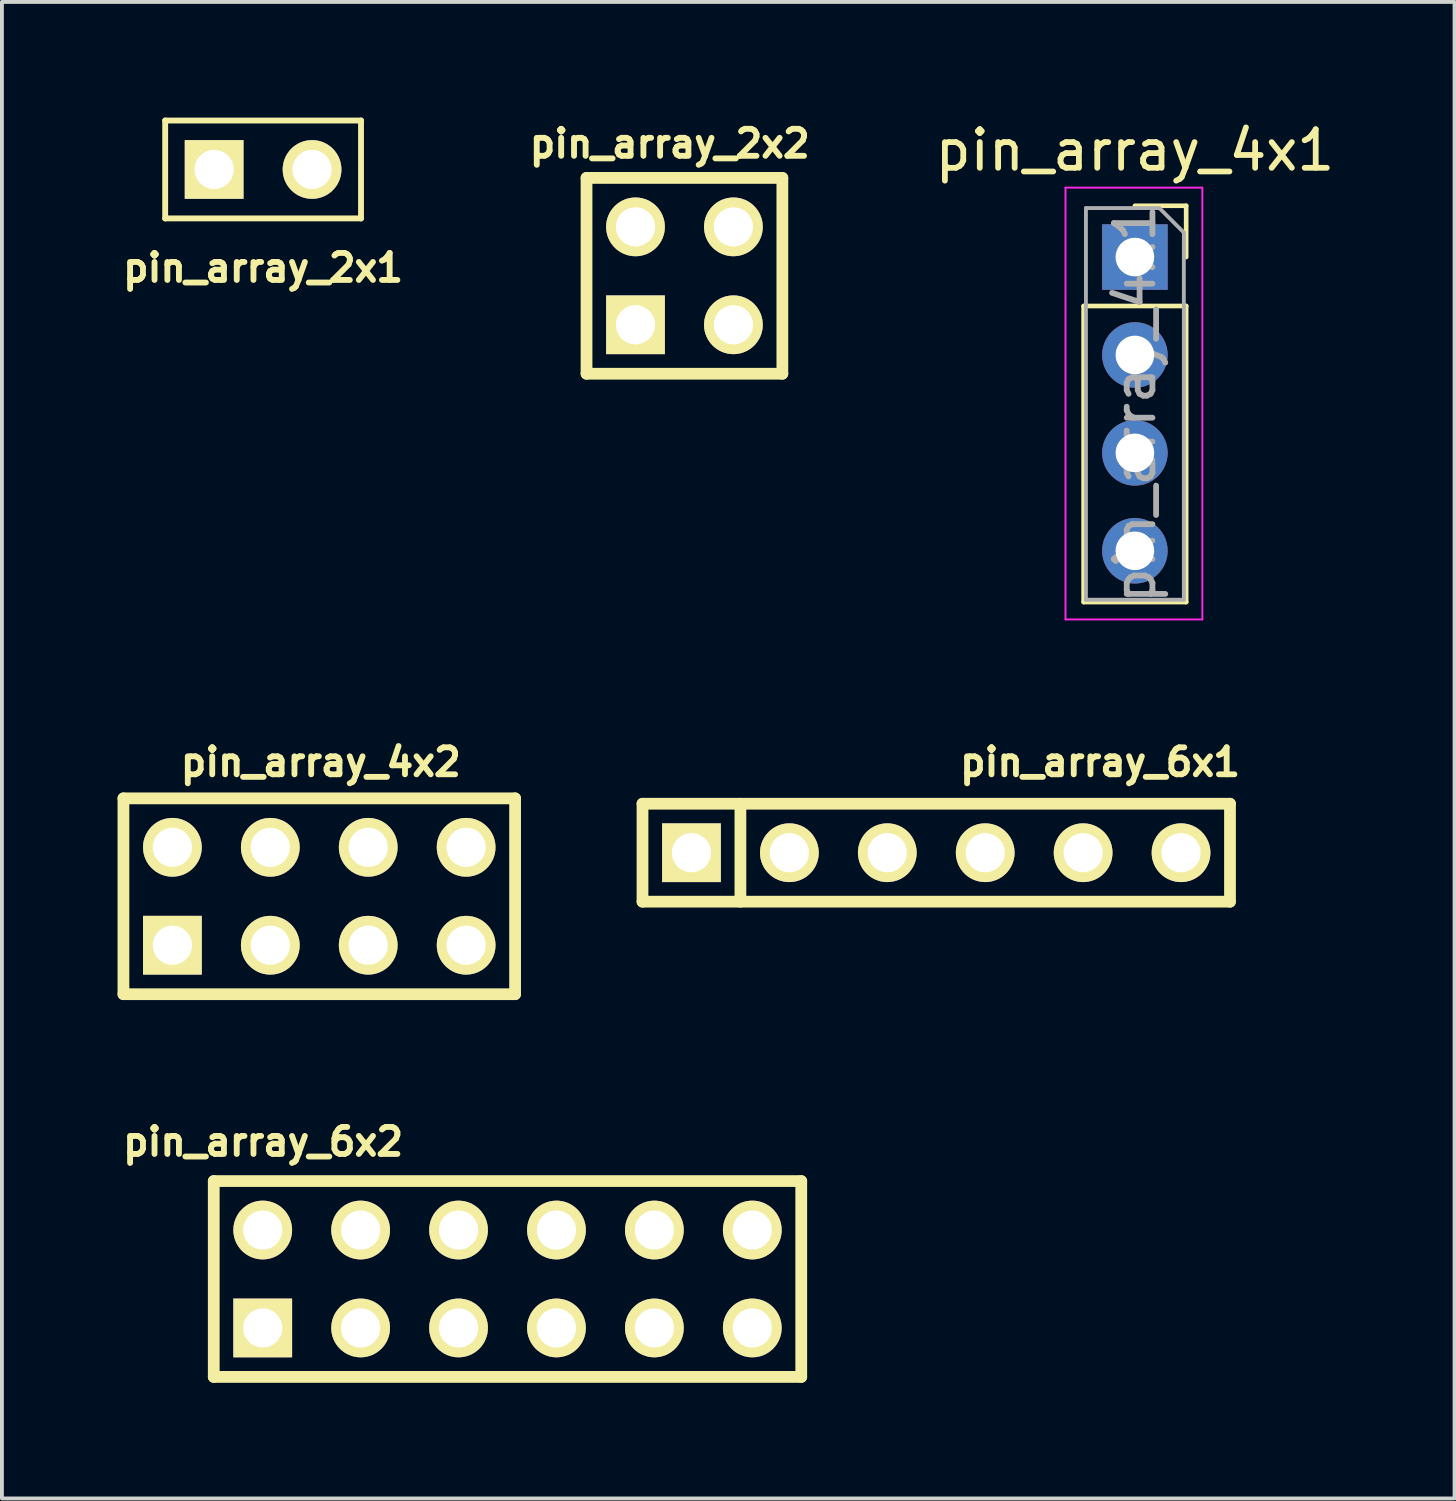
<source format=kicad_pcb>
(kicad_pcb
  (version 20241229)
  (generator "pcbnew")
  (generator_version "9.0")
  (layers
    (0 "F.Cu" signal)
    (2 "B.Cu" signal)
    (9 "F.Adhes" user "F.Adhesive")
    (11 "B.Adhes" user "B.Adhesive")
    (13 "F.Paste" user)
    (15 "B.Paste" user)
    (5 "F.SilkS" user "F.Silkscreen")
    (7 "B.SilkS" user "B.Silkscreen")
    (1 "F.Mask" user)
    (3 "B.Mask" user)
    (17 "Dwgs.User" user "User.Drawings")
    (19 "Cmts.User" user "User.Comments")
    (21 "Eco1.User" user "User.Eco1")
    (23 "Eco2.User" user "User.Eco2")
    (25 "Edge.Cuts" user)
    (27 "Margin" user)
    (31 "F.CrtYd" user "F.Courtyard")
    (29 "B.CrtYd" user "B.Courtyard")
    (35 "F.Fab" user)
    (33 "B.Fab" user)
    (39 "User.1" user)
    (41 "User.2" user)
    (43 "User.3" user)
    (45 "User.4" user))
  (footprint "pin_array_2x2"
    (layer "F.Cu")
    (at 14.705 4.105)
    (property "Reference" "pin_array_2x2" (at -0.381 -3.429 0) (layer "F.SilkS") (effects (font (size 0.7 0.7) (thickness 0.152))))
    (attr through_hole)
    (fp_line (start -2.54 -2.54) (end 2.54 -2.54) (stroke (width 0.305) (type solid)) (layer "F.SilkS"))
    (fp_line (start -2.54 2.54) (end -2.54 -2.54) (stroke (width 0.305) (type solid)) (layer "F.SilkS"))
    (fp_line (start 2.54 -2.54) (end 2.54 2.54) (stroke (width 0.305) (type solid)) (layer "F.SilkS"))
    (fp_line (start 2.54 2.54) (end -2.54 2.54) (stroke (width 0.305) (type solid)) (layer "F.SilkS"))
    (pad "1" thru_hole rect (at -1.27 1.27) (size 1.524 1.524) (drill 1.016) (layers "*.Cu" "*.Mask" "F.SilkS"))
    (pad "2" thru_hole circle (at -1.27 -1.27) (size 1.524 1.524) (drill 1.016) (layers "*.Cu" "*.Mask" "F.SilkS"))
    (pad "3" thru_hole circle (at 1.27 1.27) (size 1.524 1.524) (drill 1.016) (layers "*.Cu" "*.Mask" "F.SilkS"))
    (pad "4" thru_hole circle (at 1.27 -1.27) (size 1.524 1.524) (drill 1.016) (layers "*.Cu" "*.Mask" "F.SilkS")))
  (footprint "pin_array_4x1"
    (layer "F.Cu")
    (at 26.39 3.618)
    (property "Reference" "pin_array_4x1" (at 0 -2.77 0) (layer "F.SilkS") (effects (font (size 1 1) (thickness 0.15))))
    (attr through_hole)
    (fp_line (start -1.33 1.27) (end -1.33 8.95) (stroke (width 0.12) (type solid)) (layer "F.SilkS"))
    (fp_line (start -1.33 1.27) (end 1.33 1.27) (stroke (width 0.12) (type solid)) (layer "F.SilkS"))
    (fp_line (start -1.33 8.95) (end 1.33 8.95) (stroke (width 0.12) (type solid)) (layer "F.SilkS"))
    (fp_line (start 0 -1.33) (end 1.33 -1.33) (stroke (width 0.12) (type solid)) (layer "F.SilkS"))
    (fp_line (start 1.33 -1.33) (end 1.33 0) (stroke (width 0.12) (type solid)) (layer "F.SilkS"))
    (fp_line (start 1.33 1.27) (end 1.33 8.95) (stroke (width 0.12) (type solid)) (layer "F.SilkS"))
    (fp_line (start -1.8 -1.8) (end 1.75 -1.8) (stroke (width 0.05) (type solid)) (layer "F.CrtYd"))
    (fp_line (start -1.8 9.4) (end -1.8 -1.8) (stroke (width 0.05) (type solid)) (layer "F.CrtYd"))
    (fp_line (start 1.75 -1.8) (end 1.75 9.4) (stroke (width 0.05) (type solid)) (layer "F.CrtYd"))
    (fp_line (start 1.75 9.4) (end -1.8 9.4) (stroke (width 0.05) (type solid)) (layer "F.CrtYd"))
    (fp_line (start -1.27 -1.27) (end 0.635 -1.27) (stroke (width 0.1) (type solid)) (layer "F.Fab"))
    (fp_line (start -1.27 8.89) (end -1.27 -1.27) (stroke (width 0.1) (type solid)) (layer "F.Fab"))
    (fp_line (start 0.635 -1.27) (end 1.27 -0.635) (stroke (width 0.1) (type solid)) (layer "F.Fab"))
    (fp_line (start 1.27 -0.635) (end 1.27 8.89) (stroke (width 0.1) (type solid)) (layer "F.Fab"))
    (fp_line (start 1.27 8.89) (end -1.27 8.89) (stroke (width 0.1) (type solid)) (layer "F.Fab"))
    (fp_text user "${REFERENCE}" (at 0 3.81 90) (layer "F.Fab") (effects (font (size 1 1) (thickness 0.15))))
    (pad "1" thru_hole rect (at 0 0) (size 1.7 1.7) (drill 1) (layers "*.Cu" "*.Mask"))
    (pad "2" thru_hole oval (at 0 2.54) (size 1.7 1.7) (drill 1) (layers "*.Cu" "*.Mask"))
    (pad "3" thru_hole oval (at 0 5.08) (size 1.7 1.7) (drill 1) (layers "*.Cu" "*.Mask"))
    (pad "4" thru_hole oval (at 0 7.62) (size 1.7 1.7) (drill 1) (layers "*.Cu" "*.Mask")))
  (footprint "pin_array_2x1"
    (layer "F.Cu")
    (at 3.775 1.346)
    (property "Reference" "pin_array_2x1" (at 0 2.55 0) (layer "F.SilkS") (effects (font (size 0.7 0.7) (thickness 0.152))))
    (attr through_hole)
    (fp_line (start -2.54 -1.27) (end 2.54 -1.27) (stroke (width 0.152) (type solid)) (layer "F.SilkS"))
    (fp_line (start -2.54 1.27) (end -2.54 -1.27) (stroke (width 0.152) (type solid)) (layer "F.SilkS"))
    (fp_line (start 2.54 -1.27) (end 2.54 1.27) (stroke (width 0.152) (type solid)) (layer "F.SilkS"))
    (fp_line (start 2.54 1.27) (end -2.54 1.27) (stroke (width 0.152) (type solid)) (layer "F.SilkS"))
    (pad "1" thru_hole rect (at -1.27 0) (size 1.524 1.524) (drill 1.016) (layers "*.Cu" "*.Mask" "F.SilkS"))
    (pad "2" thru_hole circle (at 1.27 0) (size 1.524 1.524) (drill 1.016) (layers "*.Cu" "*.Mask" "F.SilkS")))
  (footprint "pin_array_6x2"
    (layer "F.Cu")
    (at 10.115 30.128)
    (property "Reference" "pin_array_6x2" (at -6.34 -3.56 0) (layer "F.SilkS") (effects (font (size 0.7 0.7) (thickness 0.152))))
    (attr through_hole)
    (fp_line (start -7.62 -2.54) (end 7.62 -2.54) (stroke (width 0.305) (type solid)) (layer "F.SilkS"))
    (fp_line (start -7.62 2.54) (end -7.62 -2.54) (stroke (width 0.305) (type solid)) (layer "F.SilkS"))
    (fp_line (start 7.62 -2.54) (end 7.62 2.54) (stroke (width 0.305) (type solid)) (layer "F.SilkS"))
    (fp_line (start 7.62 2.54) (end -7.62 2.54) (stroke (width 0.305) (type solid)) (layer "F.SilkS"))
    (pad "1" thru_hole rect (at -6.35 1.27) (size 1.524 1.524) (drill 1.016) (layers "*.Cu" "*.Mask" "F.SilkS"))
    (pad "2" thru_hole circle (at -6.35 -1.27) (size 1.524 1.524) (drill 1.016) (layers "*.Cu" "*.Mask" "F.SilkS"))
    (pad "3" thru_hole circle (at -3.81 1.27) (size 1.524 1.524) (drill 1.016) (layers "*.Cu" "*.Mask" "F.SilkS"))
    (pad "4" thru_hole circle (at -3.81 -1.27) (size 1.524 1.524) (drill 1.016) (layers "*.Cu" "*.Mask" "F.SilkS"))
    (pad "5" thru_hole circle (at -1.27 1.27) (size 1.524 1.524) (drill 1.016) (layers "*.Cu" "*.Mask" "F.SilkS"))
    (pad "6" thru_hole circle (at -1.27 -1.27) (size 1.524 1.524) (drill 1.016) (layers "*.Cu" "*.Mask" "F.SilkS"))
    (pad "7" thru_hole circle (at 1.27 1.27) (size 1.524 1.524) (drill 1.016) (layers "*.Cu" "*.Mask" "F.SilkS"))
    (pad "8" thru_hole circle (at 1.27 -1.27) (size 1.524 1.524) (drill 1.016) (layers "*.Cu" "*.Mask" "F.SilkS"))
    (pad "9" thru_hole circle (at 3.81 1.27) (size 1.524 1.524) (drill 1.016) (layers "*.Cu" "*.Mask" "F.SilkS"))
    (pad "10" thru_hole circle (at 3.81 -1.27) (size 1.524 1.524) (drill 1.016) (layers "*.Cu" "*.Mask" "F.SilkS"))
    (pad "11" thru_hole circle (at 6.35 1.27) (size 1.524 1.524) (drill 1.016) (layers "*.Cu" "*.Mask" "F.SilkS"))
    (pad "12" thru_hole circle (at 6.35 -1.27) (size 1.524 1.524) (drill 1.016) (layers "*.Cu" "*.Mask" "F.SilkS")))
  (footprint "pin_array_6x1"
    (layer "F.Cu")
    (at 21.237 19.07)
    (property "Reference" "pin_array_6x1" (at 4.25 -2.35 0) (layer "F.SilkS") (effects (font (size 0.7 0.7) (thickness 0.152))))
    (attr through_hole)
    (fp_line (start -7.62 -1.27) (end 7.62 -1.27) (stroke (width 0.305) (type solid)) (layer "F.SilkS"))
    (fp_line (start -7.62 1.27) (end -7.62 -1.27) (stroke (width 0.305) (type solid)) (layer "F.SilkS"))
    (fp_line (start -5.08 1.27) (end -5.08 -1.27) (stroke (width 0.305) (type solid)) (layer "F.SilkS"))
    (fp_line (start 7.62 -1.27) (end 7.62 1.27) (stroke (width 0.305) (type solid)) (layer "F.SilkS"))
    (fp_line (start 7.62 1.27) (end -7.62 1.27) (stroke (width 0.305) (type solid)) (layer "F.SilkS"))
    (pad "1" thru_hole rect (at -6.35 0) (size 1.524 1.524) (drill 1.016) (layers "*.Cu" "*.Mask" "F.SilkS"))
    (pad "2" thru_hole circle (at -3.81 0) (size 1.524 1.524) (drill 1.016) (layers "*.Cu" "*.Mask" "F.SilkS"))
    (pad "3" thru_hole circle (at -1.27 0) (size 1.524 1.524) (drill 1.016) (layers "*.Cu" "*.Mask" "F.SilkS"))
    (pad "4" thru_hole circle (at 1.27 0) (size 1.524 1.524) (drill 1.016) (layers "*.Cu" "*.Mask" "F.SilkS"))
    (pad "5" thru_hole circle (at 3.81 0) (size 1.524 1.524) (drill 1.016) (layers "*.Cu" "*.Mask" "F.SilkS"))
    (pad "6" thru_hole circle (at 6.35 0) (size 1.524 1.524) (drill 1.016) (layers "*.Cu" "*.Mask" "F.SilkS")))
  (footprint "pin_array_4x2"
    (layer "F.Cu")
    (at 5.232 20.2)
    (property "Reference" "pin_array_4x2" (at 0.04 -3.48 0) (layer "F.SilkS") (effects (font (size 0.7 0.7) (thickness 0.152))))
    (attr through_hole)
    (fp_line (start -5.08 -2.54) (end 5.08 -2.54) (stroke (width 0.305) (type solid)) (layer "F.SilkS"))
    (fp_line (start -5.08 2.54) (end -5.08 -2.54) (stroke (width 0.305) (type solid)) (layer "F.SilkS"))
    (fp_line (start 5.08 -2.54) (end 5.08 2.54) (stroke (width 0.305) (type solid)) (layer "F.SilkS"))
    (fp_line (start 5.08 2.54) (end -5.08 2.54) (stroke (width 0.305) (type solid)) (layer "F.SilkS"))
    (pad "1" thru_hole rect (at -3.81 1.27) (size 1.524 1.524) (drill 1.016) (layers "*.Cu" "*.Mask" "F.SilkS"))
    (pad "2" thru_hole circle (at -3.81 -1.27) (size 1.524 1.524) (drill 1.016) (layers "*.Cu" "*.Mask" "F.SilkS"))
    (pad "3" thru_hole circle (at -1.27 1.27) (size 1.524 1.524) (drill 1.016) (layers "*.Cu" "*.Mask" "F.SilkS"))
    (pad "4" thru_hole circle (at -1.27 -1.27) (size 1.524 1.524) (drill 1.016) (layers "*.Cu" "*.Mask" "F.SilkS"))
    (pad "5" thru_hole circle (at 1.27 1.27) (size 1.524 1.524) (drill 1.016) (layers "*.Cu" "*.Mask" "F.SilkS"))
    (pad "6" thru_hole circle (at 1.27 -1.27) (size 1.524 1.524) (drill 1.016) (layers "*.Cu" "*.Mask" "F.SilkS"))
    (pad "7" thru_hole circle (at 3.81 1.27) (size 1.524 1.524) (drill 1.016) (layers "*.Cu" "*.Mask" "F.SilkS"))
    (pad "8" thru_hole circle (at 3.81 -1.27) (size 1.524 1.524) (drill 1.016) (layers "*.Cu" "*.Mask" "F.SilkS")))
  (gr_rect
    (start -3 -3)
    (end 34.682 35.821)
    (stroke (width 0.1) (type default))
    (fill no)
    (layer "Edge.Cuts")))
</source>
